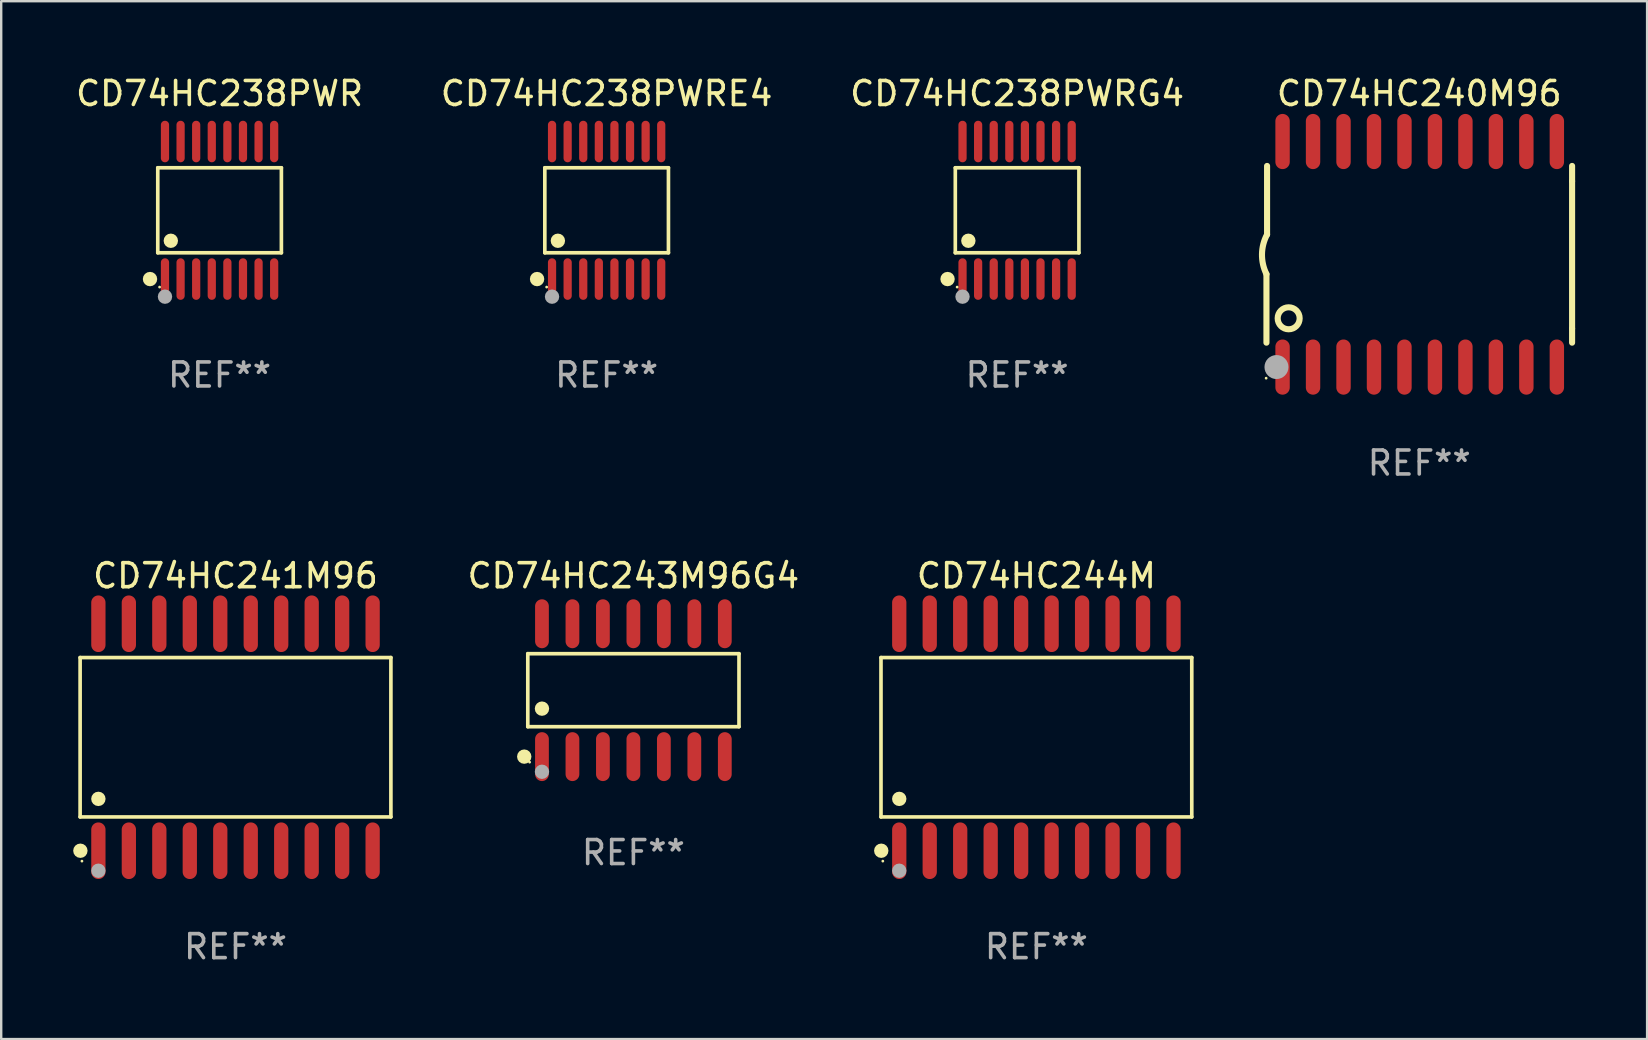
<source format=kicad_pcb>
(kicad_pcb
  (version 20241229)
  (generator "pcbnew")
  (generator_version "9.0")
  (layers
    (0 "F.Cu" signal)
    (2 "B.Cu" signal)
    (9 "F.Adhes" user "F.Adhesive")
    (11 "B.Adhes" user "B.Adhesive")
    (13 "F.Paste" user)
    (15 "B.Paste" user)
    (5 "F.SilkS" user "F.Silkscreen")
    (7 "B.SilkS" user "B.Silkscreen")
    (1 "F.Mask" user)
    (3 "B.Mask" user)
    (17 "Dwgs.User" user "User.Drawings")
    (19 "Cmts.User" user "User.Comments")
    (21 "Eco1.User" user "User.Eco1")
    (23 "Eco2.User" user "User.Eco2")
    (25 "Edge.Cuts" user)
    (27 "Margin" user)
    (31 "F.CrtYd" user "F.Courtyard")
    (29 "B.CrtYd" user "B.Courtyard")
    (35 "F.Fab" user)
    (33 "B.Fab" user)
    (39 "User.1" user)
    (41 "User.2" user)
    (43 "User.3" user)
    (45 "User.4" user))
  (footprint "CD74HC241M96"
    (layer "F.Cu")
    (at 6.765 27.675)
    (property "Reference" "CD74HC241M96" (at 0 -6.73 0) (layer "F.SilkS") (effects (font (size 1 1) (thickness 0.15))))
    (attr through_hole)
    (fp_line (start -6.476 -3.321) (end 6.476 -3.321) (stroke (width 0.152) (type solid)) (layer "F.SilkS"))
    (fp_line (start -6.476 3.321) (end -6.476 -3.321) (stroke (width 0.152) (type solid)) (layer "F.SilkS"))
    (fp_line (start 6.476 -3.321) (end 6.476 3.321) (stroke (width 0.152) (type solid)) (layer "F.SilkS"))
    (fp_line (start 6.476 3.321) (end -6.476 3.321) (stroke (width 0.152) (type solid)) (layer "F.SilkS"))
    (fp_circle (center -6.465 4.73) (end -6.315 4.73) (stroke (width 0.3) (type solid)) (fill no) (layer "F.SilkS"))
    (fp_circle (center -6.4 5.163) (end -6.37 5.163) (stroke (width 0.06) (type solid)) (fill no) (layer "F.SilkS"))
    (fp_circle (center -5.715 2.569) (end -5.565 2.569) (stroke (width 0.3) (type solid)) (fill no) (layer "F.SilkS"))
    (fp_circle (center -5.715 5.563) (end -5.565 5.563) (stroke (width 0.3) (type solid)) (fill no) (layer "F.Fab"))
    (fp_text user "REF**" (at 0 8.73 0) (layer "F.Fab") (effects (font (size 1 1) (thickness 0.15))))
    (pad "1" smd oval (at -5.715 4.73) (size 0.595 2.36) (layers "F.Cu" "F.Mask" "F.Paste"))
    (pad "2" smd oval (at -4.445 4.73) (size 0.595 2.36) (layers "F.Cu" "F.Mask" "F.Paste"))
    (pad "3" smd oval (at -3.175 4.73) (size 0.595 2.36) (layers "F.Cu" "F.Mask" "F.Paste"))
    (pad "4" smd oval (at -1.905 4.73) (size 0.595 2.36) (layers "F.Cu" "F.Mask" "F.Paste"))
    (pad "5" smd oval (at -0.635 4.73) (size 0.595 2.36) (layers "F.Cu" "F.Mask" "F.Paste"))
    (pad "6" smd oval (at 0.635 4.73) (size 0.595 2.36) (layers "F.Cu" "F.Mask" "F.Paste"))
    (pad "7" smd oval (at 1.905 4.73) (size 0.595 2.36) (layers "F.Cu" "F.Mask" "F.Paste"))
    (pad "8" smd oval (at 3.175 4.73) (size 0.595 2.36) (layers "F.Cu" "F.Mask" "F.Paste"))
    (pad "9" smd oval (at 4.445 4.73) (size 0.595 2.36) (layers "F.Cu" "F.Mask" "F.Paste"))
    (pad "10" smd oval (at 5.715 4.73) (size 0.595 2.36) (layers "F.Cu" "F.Mask" "F.Paste"))
    (pad "11" smd oval (at 5.715 -4.73) (size 0.595 2.36) (layers "F.Cu" "F.Mask" "F.Paste"))
    (pad "12" smd oval (at 4.445 -4.73) (size 0.595 2.36) (layers "F.Cu" "F.Mask" "F.Paste"))
    (pad "13" smd oval (at 3.175 -4.73) (size 0.595 2.36) (layers "F.Cu" "F.Mask" "F.Paste"))
    (pad "14" smd oval (at 1.905 -4.73) (size 0.595 2.36) (layers "F.Cu" "F.Mask" "F.Paste"))
    (pad "15" smd oval (at 0.635 -4.73) (size 0.595 2.36) (layers "F.Cu" "F.Mask" "F.Paste"))
    (pad "16" smd oval (at -0.635 -4.73) (size 0.595 2.36) (layers "F.Cu" "F.Mask" "F.Paste"))
    (pad "17" smd oval (at -1.905 -4.73) (size 0.595 2.36) (layers "F.Cu" "F.Mask" "F.Paste"))
    (pad "18" smd oval (at -3.175 -4.73) (size 0.595 2.36) (layers "F.Cu" "F.Mask" "F.Paste"))
    (pad "19" smd oval (at -4.445 -4.73) (size 0.595 2.36) (layers "F.Cu" "F.Mask" "F.Paste"))
    (pad "20" smd oval (at -5.715 -4.73) (size 0.595 2.36) (layers "F.Cu" "F.Mask" "F.Paste")))
  (footprint "CD74HC238PWRG4"
    (layer "F.Cu")
    (at 39.339 5.714)
    (property "Reference" "CD74HC238PWRG4" (at 0 -4.866 0) (layer "F.SilkS") (effects (font (size 1 1) (thickness 0.15))))
    (attr through_hole)
    (fp_line (start -2.576 -1.772) (end 2.576 -1.772) (stroke (width 0.152) (type solid)) (layer "F.SilkS"))
    (fp_line (start -2.576 1.771) (end -2.576 -1.772) (stroke (width 0.152) (type solid)) (layer "F.SilkS"))
    (fp_line (start 2.576 -1.772) (end 2.576 1.771) (stroke (width 0.152) (type solid)) (layer "F.SilkS"))
    (fp_line (start 2.576 1.771) (end -2.576 1.771) (stroke (width 0.152) (type solid)) (layer "F.SilkS"))
    (fp_circle (center -2.899 2.866) (end -2.749 2.866) (stroke (width 0.3) (type solid)) (fill no) (layer "F.SilkS"))
    (fp_circle (center -2.5 3.2) (end -2.47 3.2) (stroke (width 0.06) (type solid)) (fill no) (layer "F.SilkS"))
    (fp_circle (center -2.032 1.27) (end -1.882 1.27) (stroke (width 0.3) (type solid)) (fill no) (layer "F.SilkS"))
    (fp_circle (center -2.275 3.6) (end -2.125 3.6) (stroke (width 0.3) (type solid)) (fill no) (layer "F.Fab"))
    (fp_text user "REF**" (at 0 6.866 0) (layer "F.Fab") (effects (font (size 1 1) (thickness 0.15))))
    (pad "1" smd oval (at -2.275 2.866) (size 0.343 1.731) (layers "F.Cu" "F.Mask" "F.Paste"))
    (pad "2" smd oval (at -1.625 2.866) (size 0.343 1.731) (layers "F.Cu" "F.Mask" "F.Paste"))
    (pad "3" smd oval (at -0.975 2.866) (size 0.343 1.731) (layers "F.Cu" "F.Mask" "F.Paste"))
    (pad "4" smd oval (at -0.325 2.866) (size 0.343 1.731) (layers "F.Cu" "F.Mask" "F.Paste"))
    (pad "5" smd oval (at 0.325 2.866) (size 0.343 1.731) (layers "F.Cu" "F.Mask" "F.Paste"))
    (pad "6" smd oval (at 0.975 2.866) (size 0.343 1.731) (layers "F.Cu" "F.Mask" "F.Paste"))
    (pad "7" smd oval (at 1.625 2.866) (size 0.343 1.731) (layers "F.Cu" "F.Mask" "F.Paste"))
    (pad "8" smd oval (at 2.275 2.866) (size 0.343 1.731) (layers "F.Cu" "F.Mask" "F.Paste"))
    (pad "9" smd oval (at 2.275 -2.866) (size 0.343 1.731) (layers "F.Cu" "F.Mask" "F.Paste"))
    (pad "10" smd oval (at 1.625 -2.866) (size 0.343 1.731) (layers "F.Cu" "F.Mask" "F.Paste"))
    (pad "11" smd oval (at 0.975 -2.866) (size 0.343 1.731) (layers "F.Cu" "F.Mask" "F.Paste"))
    (pad "12" smd oval (at 0.325 -2.866) (size 0.343 1.731) (layers "F.Cu" "F.Mask" "F.Paste"))
    (pad "13" smd oval (at -0.325 -2.866) (size 0.343 1.731) (layers "F.Cu" "F.Mask" "F.Paste"))
    (pad "14" smd oval (at -0.975 -2.866) (size 0.343 1.731) (layers "F.Cu" "F.Mask" "F.Paste"))
    (pad "15" smd oval (at -1.625 -2.866) (size 0.343 1.731) (layers "F.Cu" "F.Mask" "F.Paste"))
    (pad "16" smd oval (at -2.275 -2.866) (size 0.343 1.731) (layers "F.Cu" "F.Mask" "F.Paste")))
  (footprint "CD74HC240M96"
    (layer "F.Cu")
    (at 56.099 7.548)
    (property "Reference" "CD74HC240M96" (at 0 -6.7 0) (layer "F.SilkS") (effects (font (size 1 1) (thickness 0.15))))
    (attr through_hole)
    (fp_line (start -6.369 0.826) (end -6.369 3.683) (stroke (width 0.254) (type solid)) (layer "F.SilkS"))
    (fp_line (start -6.343 -0.825) (end -6.343 -3.683) (stroke (width 0.254) (type solid)) (layer "F.SilkS"))
    (fp_line (start 6.369 -3.048) (end 6.369 -3.683) (stroke (width 0.254) (type solid)) (layer "F.SilkS"))
    (fp_line (start 6.369 -3.048) (end 6.369 3.096) (stroke (width 0.254) (type solid)) (layer "F.SilkS"))
    (fp_line (start 6.369 3.096) (end 6.369 3.683) (stroke (width 0.254) (type solid)) (layer "F.SilkS"))
    (fp_arc (start -6.36853 0.825552) (mid -6.554743 -0.00301) (end -6.343129 -0.825451) (stroke (width 0.254001) (type solid)) (layer "F.SilkS"))
    (fp_circle (center -6.382 5.163) (end -6.352 5.163) (stroke (width 0.06) (type solid)) (fill no) (layer "F.SilkS"))
    (fp_circle (center -5.443 2.667) (end -4.985 2.667) (stroke (width 0.254) (type solid)) (fill no) (layer "F.SilkS"))
    (fp_circle (center -5.951 4.699) (end -5.701 4.699) (stroke (width 0.5) (type solid)) (fill no) (layer "F.Fab"))
    (fp_text user "REF**" (at 0 8.7 0) (layer "F.Fab") (effects (font (size 1 1) (thickness 0.15))))
    (pad "1" smd oval (at -5.697 4.7 180) (size 0.6 2.3) (layers "F.Cu" "F.Mask" "F.Paste"))
    (pad "2" smd oval (at -4.427 4.7 180) (size 0.6 2.3) (layers "F.Cu" "F.Mask" "F.Paste"))
    (pad "3" smd oval (at -3.157 4.7 180) (size 0.6 2.3) (layers "F.Cu" "F.Mask" "F.Paste"))
    (pad "4" smd oval (at -1.887 4.7 180) (size 0.6 2.3) (layers "F.Cu" "F.Mask" "F.Paste"))
    (pad "5" smd oval (at -0.617 4.7 180) (size 0.6 2.3) (layers "F.Cu" "F.Mask" "F.Paste"))
    (pad "6" smd oval (at 0.653 4.7 180) (size 0.6 2.3) (layers "F.Cu" "F.Mask" "F.Paste"))
    (pad "7" smd oval (at 1.923 4.7 180) (size 0.6 2.3) (layers "F.Cu" "F.Mask" "F.Paste"))
    (pad "8" smd oval (at 3.193 4.7 180) (size 0.6 2.3) (layers "F.Cu" "F.Mask" "F.Paste"))
    (pad "9" smd oval (at 4.463 4.7 180) (size 0.6 2.3) (layers "F.Cu" "F.Mask" "F.Paste"))
    (pad "10" smd oval (at 5.734 4.7 180) (size 0.6 2.3) (layers "F.Cu" "F.Mask" "F.Paste"))
    (pad "11" smd oval (at 5.734 -4.7 180) (size 0.6 2.3) (layers "F.Cu" "F.Mask" "F.Paste"))
    (pad "12" smd oval (at 4.463 -4.7 180) (size 0.6 2.3) (layers "F.Cu" "F.Mask" "F.Paste"))
    (pad "13" smd oval (at 3.193 -4.7 180) (size 0.6 2.3) (layers "F.Cu" "F.Mask" "F.Paste"))
    (pad "14" smd oval (at 1.923 -4.7 180) (size 0.6 2.3) (layers "F.Cu" "F.Mask" "F.Paste"))
    (pad "15" smd oval (at 0.653 -4.7 180) (size 0.6 2.3) (layers "F.Cu" "F.Mask" "F.Paste"))
    (pad "16" smd oval (at -0.617 -4.7 180) (size 0.6 2.3) (layers "F.Cu" "F.Mask" "F.Paste"))
    (pad "17" smd oval (at -1.887 -4.7 180) (size 0.6 2.3) (layers "F.Cu" "F.Mask" "F.Paste"))
    (pad "18" smd oval (at -3.157 -4.7 180) (size 0.6 2.3) (layers "F.Cu" "F.Mask" "F.Paste"))
    (pad "19" smd oval (at -4.427 -4.7 180) (size 0.6 2.3) (layers "F.Cu" "F.Mask" "F.Paste"))
    (pad "20" smd oval (at -5.697 -4.7 180) (size 0.6 2.3) (layers "F.Cu" "F.Mask" "F.Paste")))
  (footprint "CD74HC238PWR"
    (layer "F.Cu")
    (at 6.101 5.714)
    (property "Reference" "CD74HC238PWR" (at 0 -4.866 0) (layer "F.SilkS") (effects (font (size 1 1) (thickness 0.15))))
    (attr through_hole)
    (fp_line (start -2.576 -1.772) (end 2.576 -1.772) (stroke (width 0.152) (type solid)) (layer "F.SilkS"))
    (fp_line (start -2.576 1.771) (end -2.576 -1.772) (stroke (width 0.152) (type solid)) (layer "F.SilkS"))
    (fp_line (start 2.576 -1.772) (end 2.576 1.771) (stroke (width 0.152) (type solid)) (layer "F.SilkS"))
    (fp_line (start 2.576 1.771) (end -2.576 1.771) (stroke (width 0.152) (type solid)) (layer "F.SilkS"))
    (fp_circle (center -2.899 2.866) (end -2.749 2.866) (stroke (width 0.3) (type solid)) (fill no) (layer "F.SilkS"))
    (fp_circle (center -2.5 3.2) (end -2.47 3.2) (stroke (width 0.06) (type solid)) (fill no) (layer "F.SilkS"))
    (fp_circle (center -2.032 1.27) (end -1.882 1.27) (stroke (width 0.3) (type solid)) (fill no) (layer "F.SilkS"))
    (fp_circle (center -2.275 3.6) (end -2.125 3.6) (stroke (width 0.3) (type solid)) (fill no) (layer "F.Fab"))
    (fp_text user "REF**" (at 0 6.866 0) (layer "F.Fab") (effects (font (size 1 1) (thickness 0.15))))
    (pad "1" smd oval (at -2.275 2.866) (size 0.343 1.731) (layers "F.Cu" "F.Mask" "F.Paste"))
    (pad "2" smd oval (at -1.625 2.866) (size 0.343 1.731) (layers "F.Cu" "F.Mask" "F.Paste"))
    (pad "3" smd oval (at -0.975 2.866) (size 0.343 1.731) (layers "F.Cu" "F.Mask" "F.Paste"))
    (pad "4" smd oval (at -0.325 2.866) (size 0.343 1.731) (layers "F.Cu" "F.Mask" "F.Paste"))
    (pad "5" smd oval (at 0.325 2.866) (size 0.343 1.731) (layers "F.Cu" "F.Mask" "F.Paste"))
    (pad "6" smd oval (at 0.975 2.866) (size 0.343 1.731) (layers "F.Cu" "F.Mask" "F.Paste"))
    (pad "7" smd oval (at 1.625 2.866) (size 0.343 1.731) (layers "F.Cu" "F.Mask" "F.Paste"))
    (pad "8" smd oval (at 2.275 2.866) (size 0.343 1.731) (layers "F.Cu" "F.Mask" "F.Paste"))
    (pad "9" smd oval (at 2.275 -2.866) (size 0.343 1.731) (layers "F.Cu" "F.Mask" "F.Paste"))
    (pad "10" smd oval (at 1.625 -2.866) (size 0.343 1.731) (layers "F.Cu" "F.Mask" "F.Paste"))
    (pad "11" smd oval (at 0.975 -2.866) (size 0.343 1.731) (layers "F.Cu" "F.Mask" "F.Paste"))
    (pad "12" smd oval (at 0.325 -2.866) (size 0.343 1.731) (layers "F.Cu" "F.Mask" "F.Paste"))
    (pad "13" smd oval (at -0.325 -2.866) (size 0.343 1.731) (layers "F.Cu" "F.Mask" "F.Paste"))
    (pad "14" smd oval (at -0.975 -2.866) (size 0.343 1.731) (layers "F.Cu" "F.Mask" "F.Paste"))
    (pad "15" smd oval (at -1.625 -2.866) (size 0.343 1.731) (layers "F.Cu" "F.Mask" "F.Paste"))
    (pad "16" smd oval (at -2.275 -2.866) (size 0.343 1.731) (layers "F.Cu" "F.Mask" "F.Paste")))
  (footprint "CD74HC243M96G4"
    (layer "F.Cu")
    (at 23.347 25.714)
    (property "Reference" "CD74HC243M96G4" (at 0 -4.769 0) (layer "F.SilkS") (effects (font (size 1 1) (thickness 0.15))))
    (attr through_hole)
    (fp_line (start -4.401 -1.521) (end 4.401 -1.521) (stroke (width 0.152) (type solid)) (layer "F.SilkS"))
    (fp_line (start -4.401 1.521) (end -4.401 -1.521) (stroke (width 0.152) (type solid)) (layer "F.SilkS"))
    (fp_line (start 4.401 -1.521) (end 4.401 1.521) (stroke (width 0.152) (type solid)) (layer "F.SilkS"))
    (fp_line (start 4.401 1.521) (end -4.401 1.521) (stroke (width 0.152) (type solid)) (layer "F.SilkS"))
    (fp_circle (center -4.549 2.769) (end -4.399 2.769) (stroke (width 0.3) (type solid)) (fill no) (layer "F.SilkS"))
    (fp_circle (center -4.325 3) (end -4.295 3) (stroke (width 0.06) (type solid)) (fill no) (layer "F.SilkS"))
    (fp_circle (center -3.81 0.769) (end -3.66 0.769) (stroke (width 0.3) (type solid)) (fill no) (layer "F.SilkS"))
    (fp_circle (center -3.81 3.4) (end -3.66 3.4) (stroke (width 0.3) (type solid)) (fill no) (layer "F.Fab"))
    (fp_text user "REF**" (at 0 6.769 0) (layer "F.Fab") (effects (font (size 1 1) (thickness 0.15))))
    (pad "1" smd oval (at -3.81 2.769) (size 0.574 2.038) (layers "F.Cu" "F.Mask" "F.Paste"))
    (pad "2" smd oval (at -2.54 2.769) (size 0.574 2.038) (layers "F.Cu" "F.Mask" "F.Paste"))
    (pad "3" smd oval (at -1.27 2.769) (size 0.574 2.038) (layers "F.Cu" "F.Mask" "F.Paste"))
    (pad "4" smd oval (at 0 2.769) (size 0.574 2.038) (layers "F.Cu" "F.Mask" "F.Paste"))
    (pad "5" smd oval (at 1.27 2.769) (size 0.574 2.038) (layers "F.Cu" "F.Mask" "F.Paste"))
    (pad "6" smd oval (at 2.54 2.769) (size 0.574 2.038) (layers "F.Cu" "F.Mask" "F.Paste"))
    (pad "7" smd oval (at 3.81 2.769) (size 0.574 2.038) (layers "F.Cu" "F.Mask" "F.Paste"))
    (pad "8" smd oval (at 3.81 -2.769) (size 0.574 2.038) (layers "F.Cu" "F.Mask" "F.Paste"))
    (pad "9" smd oval (at 2.54 -2.769) (size 0.574 2.038) (layers "F.Cu" "F.Mask" "F.Paste"))
    (pad "10" smd oval (at 1.27 -2.769) (size 0.574 2.038) (layers "F.Cu" "F.Mask" "F.Paste"))
    (pad "11" smd oval (at 0 -2.769) (size 0.574 2.038) (layers "F.Cu" "F.Mask" "F.Paste"))
    (pad "12" smd oval (at -1.27 -2.769) (size 0.574 2.038) (layers "F.Cu" "F.Mask" "F.Paste"))
    (pad "13" smd oval (at -2.54 -2.769) (size 0.574 2.038) (layers "F.Cu" "F.Mask" "F.Paste"))
    (pad "14" smd oval (at -3.81 -2.769) (size 0.574 2.038) (layers "F.Cu" "F.Mask" "F.Paste")))
  (footprint "CD74HC244M"
    (layer "F.Cu")
    (at 40.142 27.675)
    (property "Reference" "CD74HC244M" (at 0 -6.73 0) (layer "F.SilkS") (effects (font (size 1 1) (thickness 0.15))))
    (attr through_hole)
    (fp_line (start -6.476 -3.321) (end 6.476 -3.321) (stroke (width 0.152) (type solid)) (layer "F.SilkS"))
    (fp_line (start -6.476 3.321) (end -6.476 -3.321) (stroke (width 0.152) (type solid)) (layer "F.SilkS"))
    (fp_line (start 6.476 -3.321) (end 6.476 3.321) (stroke (width 0.152) (type solid)) (layer "F.SilkS"))
    (fp_line (start 6.476 3.321) (end -6.476 3.321) (stroke (width 0.152) (type solid)) (layer "F.SilkS"))
    (fp_circle (center -6.465 4.73) (end -6.315 4.73) (stroke (width 0.3) (type solid)) (fill no) (layer "F.SilkS"))
    (fp_circle (center -6.4 5.163) (end -6.37 5.163) (stroke (width 0.06) (type solid)) (fill no) (layer "F.SilkS"))
    (fp_circle (center -5.715 2.569) (end -5.565 2.569) (stroke (width 0.3) (type solid)) (fill no) (layer "F.SilkS"))
    (fp_circle (center -5.715 5.563) (end -5.565 5.563) (stroke (width 0.3) (type solid)) (fill no) (layer "F.Fab"))
    (fp_text user "REF**" (at 0 8.73 0) (layer "F.Fab") (effects (font (size 1 1) (thickness 0.15))))
    (pad "1" smd oval (at -5.715 4.73) (size 0.595 2.36) (layers "F.Cu" "F.Mask" "F.Paste"))
    (pad "2" smd oval (at -4.445 4.73) (size 0.595 2.36) (layers "F.Cu" "F.Mask" "F.Paste"))
    (pad "3" smd oval (at -3.175 4.73) (size 0.595 2.36) (layers "F.Cu" "F.Mask" "F.Paste"))
    (pad "4" smd oval (at -1.905 4.73) (size 0.595 2.36) (layers "F.Cu" "F.Mask" "F.Paste"))
    (pad "5" smd oval (at -0.635 4.73) (size 0.595 2.36) (layers "F.Cu" "F.Mask" "F.Paste"))
    (pad "6" smd oval (at 0.635 4.73) (size 0.595 2.36) (layers "F.Cu" "F.Mask" "F.Paste"))
    (pad "7" smd oval (at 1.905 4.73) (size 0.595 2.36) (layers "F.Cu" "F.Mask" "F.Paste"))
    (pad "8" smd oval (at 3.175 4.73) (size 0.595 2.36) (layers "F.Cu" "F.Mask" "F.Paste"))
    (pad "9" smd oval (at 4.445 4.73) (size 0.595 2.36) (layers "F.Cu" "F.Mask" "F.Paste"))
    (pad "10" smd oval (at 5.715 4.73) (size 0.595 2.36) (layers "F.Cu" "F.Mask" "F.Paste"))
    (pad "11" smd oval (at 5.715 -4.73) (size 0.595 2.36) (layers "F.Cu" "F.Mask" "F.Paste"))
    (pad "12" smd oval (at 4.445 -4.73) (size 0.595 2.36) (layers "F.Cu" "F.Mask" "F.Paste"))
    (pad "13" smd oval (at 3.175 -4.73) (size 0.595 2.36) (layers "F.Cu" "F.Mask" "F.Paste"))
    (pad "14" smd oval (at 1.905 -4.73) (size 0.595 2.36) (layers "F.Cu" "F.Mask" "F.Paste"))
    (pad "15" smd oval (at 0.635 -4.73) (size 0.595 2.36) (layers "F.Cu" "F.Mask" "F.Paste"))
    (pad "16" smd oval (at -0.635 -4.73) (size 0.595 2.36) (layers "F.Cu" "F.Mask" "F.Paste"))
    (pad "17" smd oval (at -1.905 -4.73) (size 0.595 2.36) (layers "F.Cu" "F.Mask" "F.Paste"))
    (pad "18" smd oval (at -3.175 -4.73) (size 0.595 2.36) (layers "F.Cu" "F.Mask" "F.Paste"))
    (pad "19" smd oval (at -4.445 -4.73) (size 0.595 2.36) (layers "F.Cu" "F.Mask" "F.Paste"))
    (pad "20" smd oval (at -5.715 -4.73) (size 0.595 2.36) (layers "F.Cu" "F.Mask" "F.Paste")))
  (footprint "CD74HC238PWRE4"
    (layer "F.Cu")
    (at 22.232 5.714)
    (property "Reference" "CD74HC238PWRE4" (at 0 -4.866 0) (layer "F.SilkS") (effects (font (size 1 1) (thickness 0.15))))
    (attr through_hole)
    (fp_line (start -2.576 -1.772) (end 2.576 -1.772) (stroke (width 0.152) (type solid)) (layer "F.SilkS"))
    (fp_line (start -2.576 1.771) (end -2.576 -1.772) (stroke (width 0.152) (type solid)) (layer "F.SilkS"))
    (fp_line (start 2.576 -1.772) (end 2.576 1.771) (stroke (width 0.152) (type solid)) (layer "F.SilkS"))
    (fp_line (start 2.576 1.771) (end -2.576 1.771) (stroke (width 0.152) (type solid)) (layer "F.SilkS"))
    (fp_circle (center -2.899 2.866) (end -2.749 2.866) (stroke (width 0.3) (type solid)) (fill no) (layer "F.SilkS"))
    (fp_circle (center -2.5 3.2) (end -2.47 3.2) (stroke (width 0.06) (type solid)) (fill no) (layer "F.SilkS"))
    (fp_circle (center -2.032 1.27) (end -1.882 1.27) (stroke (width 0.3) (type solid)) (fill no) (layer "F.SilkS"))
    (fp_circle (center -2.275 3.6) (end -2.125 3.6) (stroke (width 0.3) (type solid)) (fill no) (layer "F.Fab"))
    (fp_text user "REF**" (at 0 6.866 0) (layer "F.Fab") (effects (font (size 1 1) (thickness 0.15))))
    (pad "1" smd oval (at -2.275 2.866) (size 0.343 1.731) (layers "F.Cu" "F.Mask" "F.Paste"))
    (pad "2" smd oval (at -1.625 2.866) (size 0.343 1.731) (layers "F.Cu" "F.Mask" "F.Paste"))
    (pad "3" smd oval (at -0.975 2.866) (size 0.343 1.731) (layers "F.Cu" "F.Mask" "F.Paste"))
    (pad "4" smd oval (at -0.325 2.866) (size 0.343 1.731) (layers "F.Cu" "F.Mask" "F.Paste"))
    (pad "5" smd oval (at 0.325 2.866) (size 0.343 1.731) (layers "F.Cu" "F.Mask" "F.Paste"))
    (pad "6" smd oval (at 0.975 2.866) (size 0.343 1.731) (layers "F.Cu" "F.Mask" "F.Paste"))
    (pad "7" smd oval (at 1.625 2.866) (size 0.343 1.731) (layers "F.Cu" "F.Mask" "F.Paste"))
    (pad "8" smd oval (at 2.275 2.866) (size 0.343 1.731) (layers "F.Cu" "F.Mask" "F.Paste"))
    (pad "9" smd oval (at 2.275 -2.866) (size 0.343 1.731) (layers "F.Cu" "F.Mask" "F.Paste"))
    (pad "10" smd oval (at 1.625 -2.866) (size 0.343 1.731) (layers "F.Cu" "F.Mask" "F.Paste"))
    (pad "11" smd oval (at 0.975 -2.866) (size 0.343 1.731) (layers "F.Cu" "F.Mask" "F.Paste"))
    (pad "12" smd oval (at 0.325 -2.866) (size 0.343 1.731) (layers "F.Cu" "F.Mask" "F.Paste"))
    (pad "13" smd oval (at -0.325 -2.866) (size 0.343 1.731) (layers "F.Cu" "F.Mask" "F.Paste"))
    (pad "14" smd oval (at -0.975 -2.866) (size 0.343 1.731) (layers "F.Cu" "F.Mask" "F.Paste"))
    (pad "15" smd oval (at -1.625 -2.866) (size 0.343 1.731) (layers "F.Cu" "F.Mask" "F.Paste"))
    (pad "16" smd oval (at -2.275 -2.866) (size 0.343 1.731) (layers "F.Cu" "F.Mask" "F.Paste")))
  (gr_rect
    (start -3 -3)
    (end 65.594 40.253)
    (stroke (width 0.1) (type default))
    (fill no)
    (layer "Edge.Cuts")))
</source>
